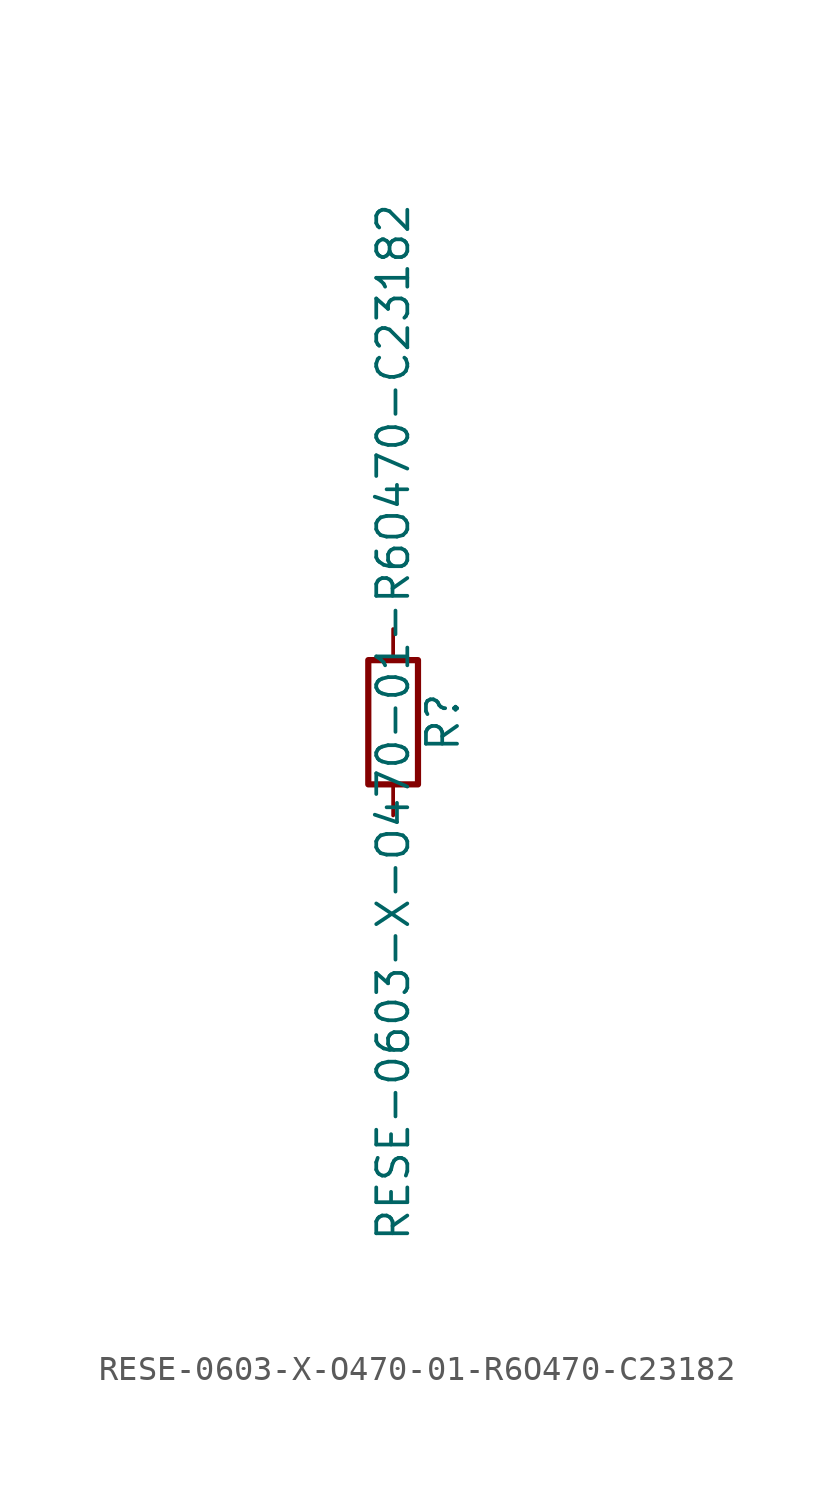
<source format=kicad_sym>
(kicad_symbol_lib
  (version 20211014)
  (generator kicad_symbol_editor)
  (symbol "RESE-0603-X-O470-01-R6O470-C23182"
    (pin_numbers hide)
    (pin_names
      (offset 0))
    (property "Reference" "R"
      (at 2.032 0 90)
      (effects (font (size 1.27 1.27))))
    (property "Value" "RESE-0603-X-O470-01-R6O470-C23182"
      (at 0 0 90)
      (effects (font (size 1.27 1.27))))
    (symbol "RESE-0603-X-O470-01-R6O470-C23182_0_1"
      (rectangle (start -1.016 -2.54) (end 1.016 2.54) (stroke (width 0.254) (type default) (color 0 0 0 0)) (fill (type none))))
    (symbol "RESE-0603-X-O470-01-R6O470-C23182_1_1"
      (pin passive line (at 0 3.81 270) (length 1.27) (name "~" (effects (font (size 1.27 1.27)))) (number "1" (effects (font (size 1.27 1.27)))))
      (pin passive line (at 0 -3.81 90) (length 1.27) (name "~" (effects (font (size 1.27 1.27)))) (number "2" (effects (font (size 1.27 1.27))))))))
</source>
